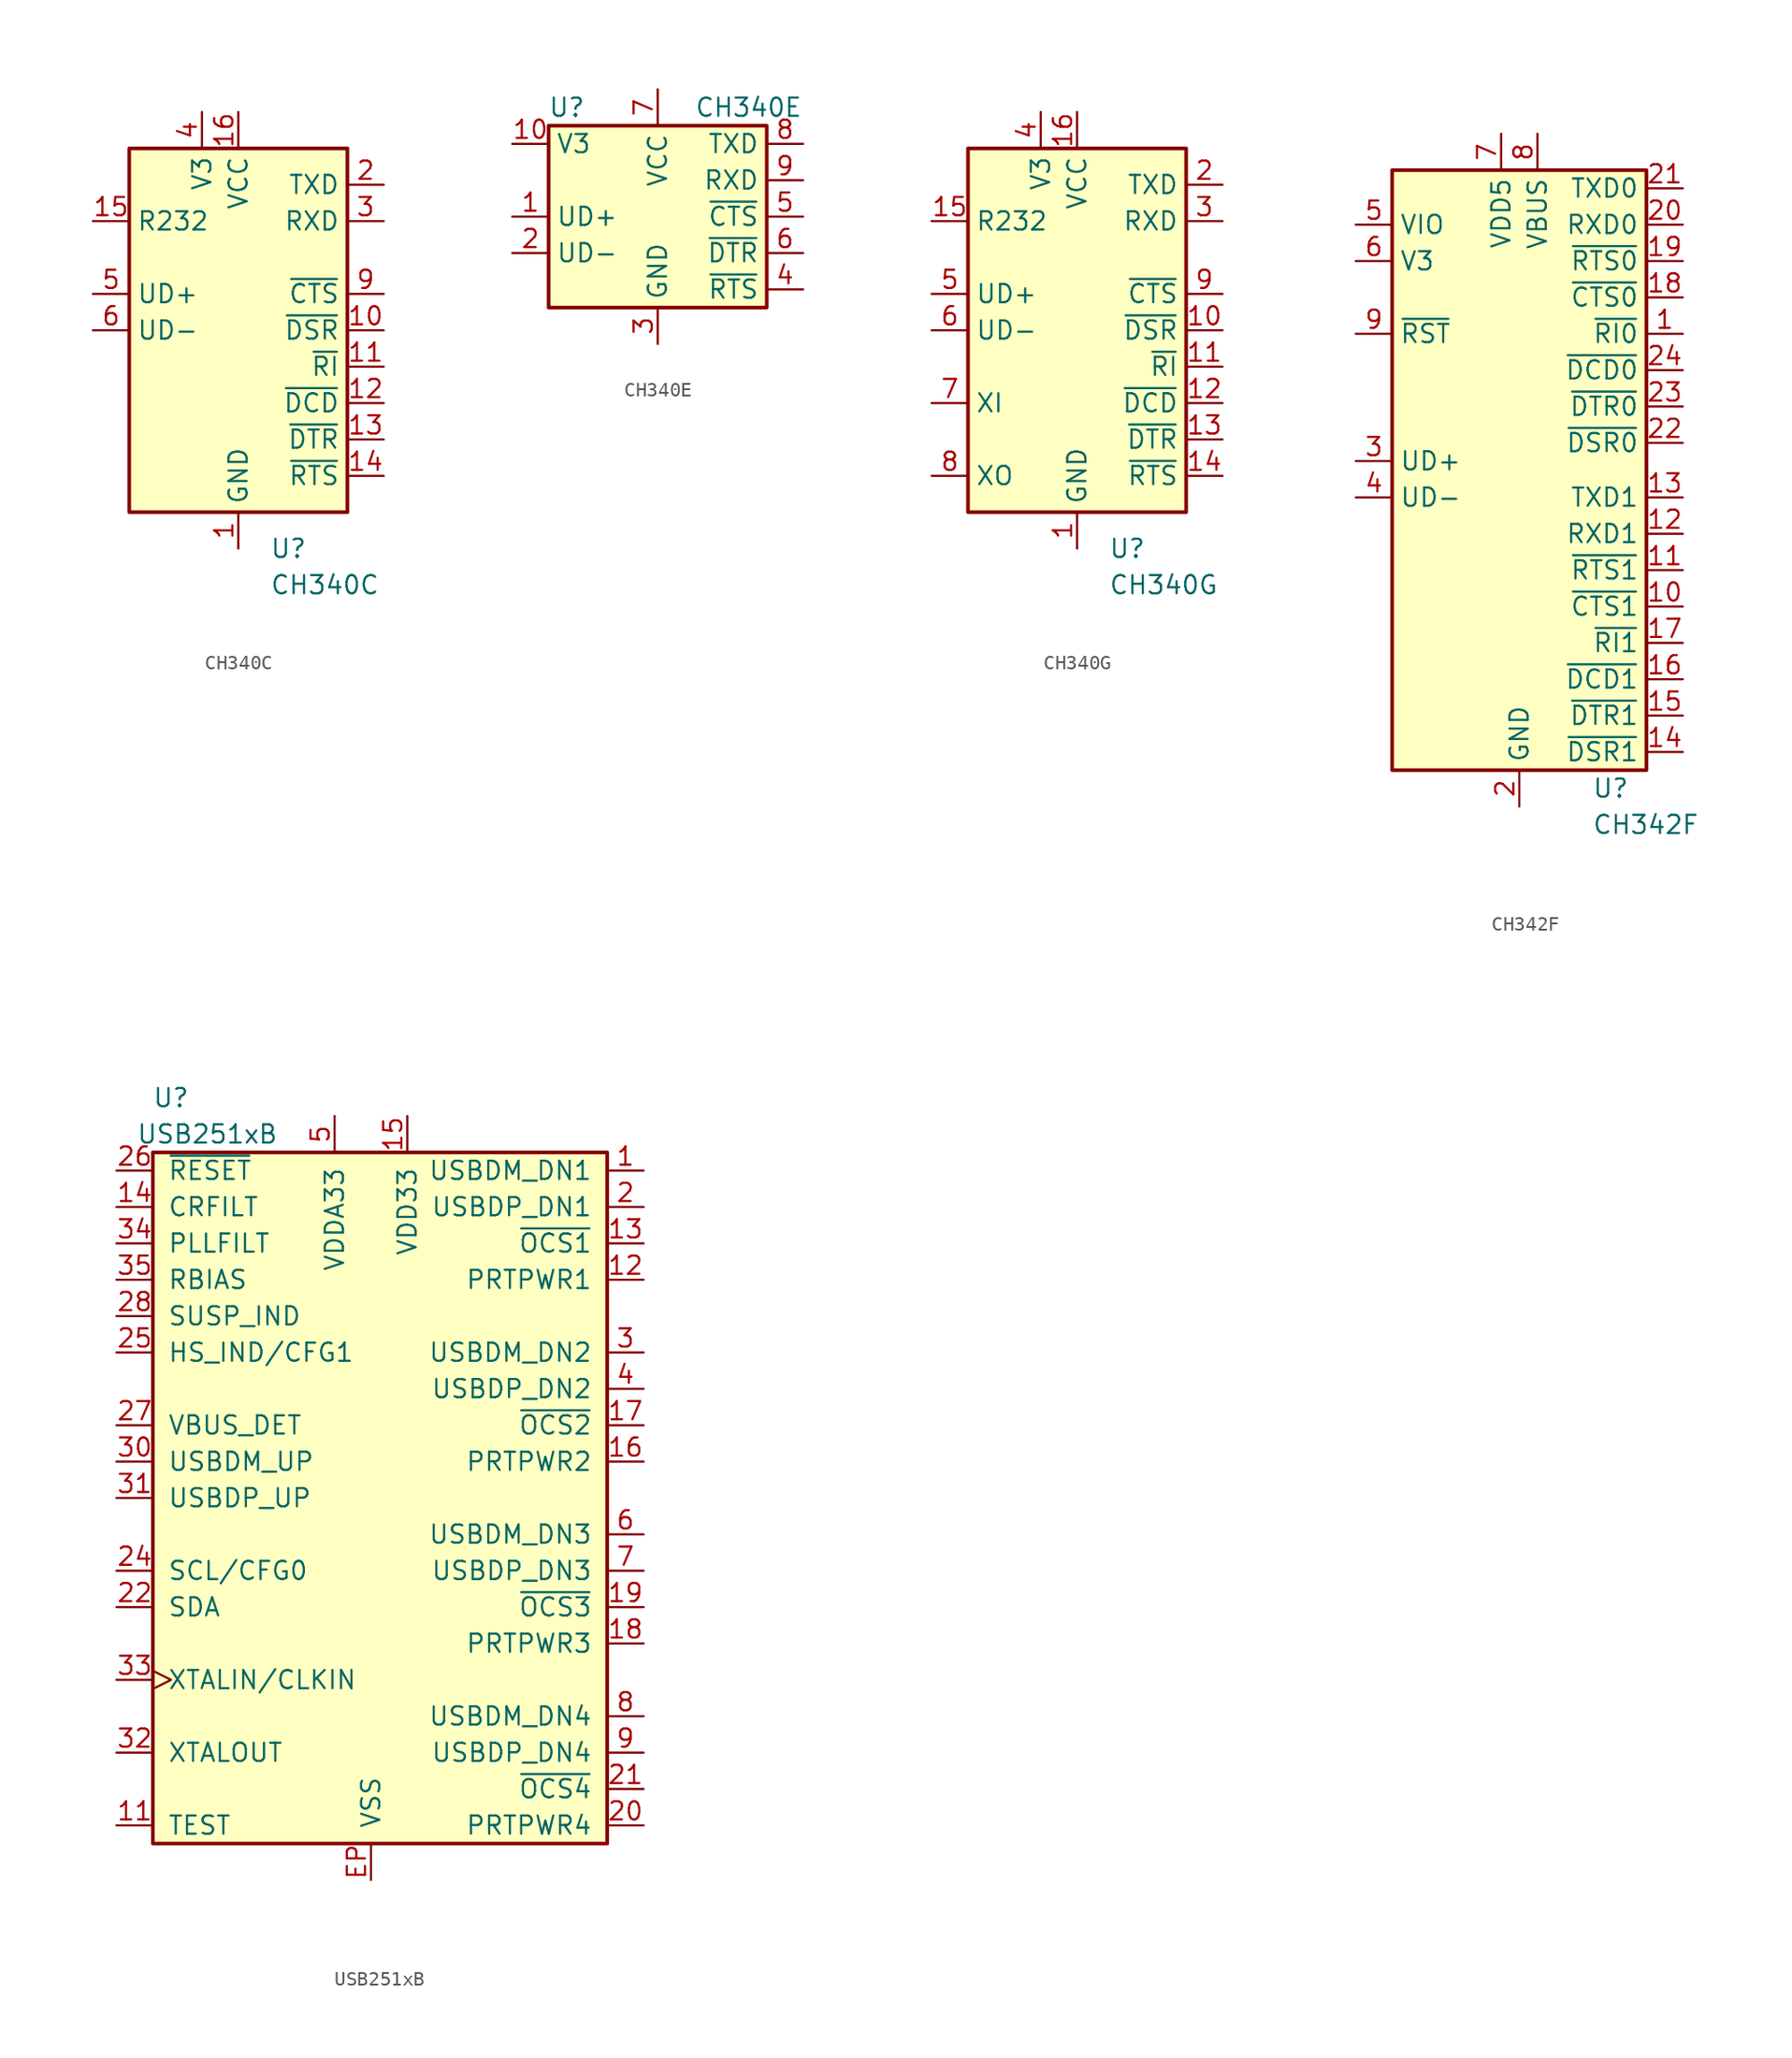
<source format=kicad_sym>
(kicad_symbol_lib
  (version 20241209)
  (generator "kicad_symbol_editor")
  (generator_version "9.0")
  (symbol "CH340C"
    (property "Reference" "U"
      (at 2.194 -15.24 0)
      (effects (font (size 1.27 1.27)) (justify left)))
    (property "Value" "CH340C"
      (at 2.194 -17.78 0)
      (effects (font (size 1.27 1.27)) (justify left)))
    (symbol "CH340C_0_1"
      (rectangle (start -7.62 12.7) (end 7.62 -12.7) (stroke (width 0.254) (type default)) (fill (type background))))
    (symbol "CH340C_1_1"
      (pin input line (at -10.16 7.62 0) (length 2.54) (name "R232" (effects (font (size 1.27 1.27)))) (number "15" (effects (font (size 1.27 1.27)))))
      (pin bidirectional line (at -10.16 2.54 0) (length 2.54) (name "UD+" (effects (font (size 1.27 1.27)))) (number "5" (effects (font (size 1.27 1.27)))))
      (pin bidirectional line (at -10.16 0 0) (length 2.54) (name "UD-" (effects (font (size 1.27 1.27)))) (number "6" (effects (font (size 1.27 1.27)))))
      (pin no_connect line (at -7.62 -7.62 0) (length 2.54) (hide yes) (name "NC" (effects (font (size 1.27 1.27)))) (number "7" (effects (font (size 1.27 1.27)))))
      (pin no_connect line (at -7.62 -10.16 0) (length 2.54) (hide yes) (name "NC" (effects (font (size 1.27 1.27)))) (number "8" (effects (font (size 1.27 1.27)))))
      (pin passive line (at -2.54 15.24 270) (length 2.54) (name "V3" (effects (font (size 1.27 1.27)))) (number "4" (effects (font (size 1.27 1.27)))))
      (pin power_in line (at 0 15.24 270) (length 2.54) (name "VCC" (effects (font (size 1.27 1.27)))) (number "16" (effects (font (size 1.27 1.27)))))
      (pin power_in line (at 0 -15.24 90) (length 2.54) (name "GND" (effects (font (size 1.27 1.27)))) (number "1" (effects (font (size 1.27 1.27)))))
      (pin output line (at 10.16 10.16 180) (length 2.54) (name "TXD" (effects (font (size 1.27 1.27)))) (number "2" (effects (font (size 1.27 1.27)))))
      (pin input line (at 10.16 7.62 180) (length 2.54) (name "RXD" (effects (font (size 1.27 1.27)))) (number "3" (effects (font (size 1.27 1.27)))))
      (pin input line (at 10.16 2.54 180) (length 2.54) (name "~{CTS}" (effects (font (size 1.27 1.27)))) (number "9" (effects (font (size 1.27 1.27)))))
      (pin input line (at 10.16 0 180) (length 2.54) (name "~{DSR}" (effects (font (size 1.27 1.27)))) (number "10" (effects (font (size 1.27 1.27)))))
      (pin input line (at 10.16 -2.54 180) (length 2.54) (name "~{RI}" (effects (font (size 1.27 1.27)))) (number "11" (effects (font (size 1.27 1.27)))))
      (pin input line (at 10.16 -5.08 180) (length 2.54) (name "~{DCD}" (effects (font (size 1.27 1.27)))) (number "12" (effects (font (size 1.27 1.27)))))
      (pin output line (at 10.16 -7.62 180) (length 2.54) (name "~{DTR}" (effects (font (size 1.27 1.27)))) (number "13" (effects (font (size 1.27 1.27)))))
      (pin output line (at 10.16 -10.16 180) (length 2.54) (name "~{RTS}" (effects (font (size 1.27 1.27)))) (number "14" (effects (font (size 1.27 1.27)))))))
  (symbol "CH340E"
    (property "Reference" "U"
      (at -6.35 7.62 0)
      (effects (font (size 1.27 1.27))))
    (property "Value" "CH340E"
      (at 6.35 7.62 0)
      (effects (font (size 1.27 1.27))))
    (symbol "CH340E_0_1"
      (rectangle (start -7.62 6.35) (end 7.62 -6.35) (stroke (width 0.254) (type default)) (fill (type background))))
    (symbol "CH340E_1_1"
      (pin power_out line (at -10.16 5.08 0) (length 2.54) (name "V3" (effects (font (size 1.27 1.27)))) (number "10" (effects (font (size 1.27 1.27)))))
      (pin bidirectional line (at -10.16 0 0) (length 2.54) (name "UD+" (effects (font (size 1.27 1.27)))) (number "1" (effects (font (size 1.27 1.27)))))
      (pin bidirectional line (at -10.16 -2.54 0) (length 2.54) (name "UD-" (effects (font (size 1.27 1.27)))) (number "2" (effects (font (size 1.27 1.27)))))
      (pin power_in line (at 0 8.89 270) (length 2.54) (name "VCC" (effects (font (size 1.27 1.27)))) (number "7" (effects (font (size 1.27 1.27)))))
      (pin power_in line (at 0 -8.89 90) (length 2.54) (name "GND" (effects (font (size 1.27 1.27)))) (number "3" (effects (font (size 1.27 1.27)))))
      (pin output line (at 10.16 5.08 180) (length 2.54) (name "TXD" (effects (font (size 1.27 1.27)))) (number "8" (effects (font (size 1.27 1.27)))))
      (pin input line (at 10.16 2.54 180) (length 2.54) (name "RXD" (effects (font (size 1.27 1.27)))) (number "9" (effects (font (size 1.27 1.27)))))
      (pin input line (at 10.16 0 180) (length 2.54) (name "~{CTS}" (effects (font (size 1.27 1.27)))) (number "5" (effects (font (size 1.27 1.27)))))
      (pin output line (at 10.16 -2.54 180) (length 2.54) (name "~{DTR}" (effects (font (size 1.27 1.27)))) (number "6" (effects (font (size 1.27 1.27)))))
      (pin output line (at 10.16 -5.08 180) (length 2.54) (name "~{RTS}" (effects (font (size 1.27 1.27)))) (number "4" (effects (font (size 1.27 1.27)))))))
  (symbol "CH340G"
    (property "Reference" "U"
      (at 2.194 -15.24 0)
      (effects (font (size 1.27 1.27)) (justify left)))
    (property "Value" "CH340G"
      (at 2.194 -17.78 0)
      (effects (font (size 1.27 1.27)) (justify left)))
    (symbol "CH340G_0_1"
      (rectangle (start -7.62 12.7) (end 7.62 -12.7) (stroke (width 0.254) (type default)) (fill (type background))))
    (symbol "CH340G_1_1"
      (pin input line (at -10.16 7.62 0) (length 2.54) (name "R232" (effects (font (size 1.27 1.27)))) (number "15" (effects (font (size 1.27 1.27)))))
      (pin bidirectional line (at -10.16 2.54 0) (length 2.54) (name "UD+" (effects (font (size 1.27 1.27)))) (number "5" (effects (font (size 1.27 1.27)))))
      (pin bidirectional line (at -10.16 0 0) (length 2.54) (name "UD-" (effects (font (size 1.27 1.27)))) (number "6" (effects (font (size 1.27 1.27)))))
      (pin input line (at -10.16 -5.08 0) (length 2.54) (name "XI" (effects (font (size 1.27 1.27)))) (number "7" (effects (font (size 1.27 1.27)))))
      (pin output line (at -10.16 -10.16 0) (length 2.54) (name "XO" (effects (font (size 1.27 1.27)))) (number "8" (effects (font (size 1.27 1.27)))))
      (pin passive line (at -2.54 15.24 270) (length 2.54) (name "V3" (effects (font (size 1.27 1.27)))) (number "4" (effects (font (size 1.27 1.27)))))
      (pin power_in line (at 0 15.24 270) (length 2.54) (name "VCC" (effects (font (size 1.27 1.27)))) (number "16" (effects (font (size 1.27 1.27)))))
      (pin power_in line (at 0 -15.24 90) (length 2.54) (name "GND" (effects (font (size 1.27 1.27)))) (number "1" (effects (font (size 1.27 1.27)))))
      (pin output line (at 10.16 10.16 180) (length 2.54) (name "TXD" (effects (font (size 1.27 1.27)))) (number "2" (effects (font (size 1.27 1.27)))))
      (pin input line (at 10.16 7.62 180) (length 2.54) (name "RXD" (effects (font (size 1.27 1.27)))) (number "3" (effects (font (size 1.27 1.27)))))
      (pin input line (at 10.16 2.54 180) (length 2.54) (name "~{CTS}" (effects (font (size 1.27 1.27)))) (number "9" (effects (font (size 1.27 1.27)))))
      (pin input line (at 10.16 0 180) (length 2.54) (name "~{DSR}" (effects (font (size 1.27 1.27)))) (number "10" (effects (font (size 1.27 1.27)))))
      (pin input line (at 10.16 -2.54 180) (length 2.54) (name "~{RI}" (effects (font (size 1.27 1.27)))) (number "11" (effects (font (size 1.27 1.27)))))
      (pin input line (at 10.16 -5.08 180) (length 2.54) (name "~{DCD}" (effects (font (size 1.27 1.27)))) (number "12" (effects (font (size 1.27 1.27)))))
      (pin output line (at 10.16 -7.62 180) (length 2.54) (name "~{DTR}" (effects (font (size 1.27 1.27)))) (number "13" (effects (font (size 1.27 1.27)))))
      (pin output line (at 10.16 -10.16 180) (length 2.54) (name "~{RTS}" (effects (font (size 1.27 1.27)))) (number "14" (effects (font (size 1.27 1.27)))))))
  (symbol "CH342F"
    (property "Reference" "U"
      (at 5.08 -21.59 0)
      (effects (font (size 1.27 1.27)) (justify left)))
    (property "Value" "CH342F"
      (at 5.08 -24.13 0)
      (effects (font (size 1.27 1.27)) (justify left)))
    (symbol "CH342F_0_1"
      (rectangle (start -8.89 21.59) (end 8.89 -20.32) (stroke (width 0.254) (type default)) (fill (type background))))
    (symbol "CH342F_1_1"
      (pin input line (at -11.43 17.78 0) (length 2.54) (name "VIO" (effects (font (size 1.27 1.27)))) (number "5" (effects (font (size 1.27 1.27)))))
      (pin power_out line (at -11.43 15.24 0) (length 2.54) (name "V3" (effects (font (size 1.27 1.27)))) (number "6" (effects (font (size 1.27 1.27)))))
      (pin input line (at -11.43 10.16 0) (length 2.54) (name "~{RST}" (effects (font (size 1.27 1.27)))) (number "9" (effects (font (size 1.27 1.27)))))
      (pin bidirectional line (at -11.43 1.27 0) (length 2.54) (name "UD+" (effects (font (size 1.27 1.27)))) (number "3" (effects (font (size 1.27 1.27)))))
      (pin bidirectional line (at -11.43 -1.27 0) (length 2.54) (name "UD-" (effects (font (size 1.27 1.27)))) (number "4" (effects (font (size 1.27 1.27)))))
      (pin power_in line (at -1.27 24.13 270) (length 2.54) (name "VDD5" (effects (font (size 1.27 1.27)))) (number "7" (effects (font (size 1.27 1.27)))))
      (pin power_in line (at 0 -22.86 90) (length 2.54) (name "GND" (effects (font (size 1.27 1.27)))) (number "2" (effects (font (size 1.27 1.27)))))
      (pin power_in line (at 0 -22.86 90) (length 2.54) (hide yes) (name "GND" (effects (font (size 1.27 1.27)))) (number "25" (effects (font (size 1.27 1.27)))))
      (pin power_in line (at 1.27 24.13 270) (length 2.54) (name "VBUS" (effects (font (size 1.27 1.27)))) (number "8" (effects (font (size 1.27 1.27)))))
      (pin output line (at 11.43 20.32 180) (length 2.54) (name "TXD0" (effects (font (size 1.27 1.27)))) (number "21" (effects (font (size 1.27 1.27)))))
      (pin input line (at 11.43 17.78 180) (length 2.54) (name "RXD0" (effects (font (size 1.27 1.27)))) (number "20" (effects (font (size 1.27 1.27)))))
      (pin output line (at 11.43 15.24 180) (length 2.54) (name "~{RTS0}" (effects (font (size 1.27 1.27)))) (number "19" (effects (font (size 1.27 1.27)))))
      (pin input line (at 11.43 12.7 180) (length 2.54) (name "~{CTS0}" (effects (font (size 1.27 1.27)))) (number "18" (effects (font (size 1.27 1.27)))))
      (pin input line (at 11.43 10.16 180) (length 2.54) (name "~{RI0}" (effects (font (size 1.27 1.27)))) (number "1" (effects (font (size 1.27 1.27)))))
      (pin input line (at 11.43 7.62 180) (length 2.54) (name "~{DCD0}" (effects (font (size 1.27 1.27)))) (number "24" (effects (font (size 1.27 1.27)))))
      (pin output line (at 11.43 5.08 180) (length 2.54) (name "~{DTR0}" (effects (font (size 1.27 1.27)))) (number "23" (effects (font (size 1.27 1.27)))))
      (pin input line (at 11.43 2.54 180) (length 2.54) (name "~{DSR0}" (effects (font (size 1.27 1.27)))) (number "22" (effects (font (size 1.27 1.27)))))
      (pin output line (at 11.43 -1.27 180) (length 2.54) (name "TXD1" (effects (font (size 1.27 1.27)))) (number "13" (effects (font (size 1.27 1.27)))))
      (pin input line (at 11.43 -3.81 180) (length 2.54) (name "RXD1" (effects (font (size 1.27 1.27)))) (number "12" (effects (font (size 1.27 1.27)))))
      (pin output line (at 11.43 -6.35 180) (length 2.54) (name "~{RTS1}" (effects (font (size 1.27 1.27)))) (number "11" (effects (font (size 1.27 1.27)))))
      (pin input line (at 11.43 -8.89 180) (length 2.54) (name "~{CTS1}" (effects (font (size 1.27 1.27)))) (number "10" (effects (font (size 1.27 1.27)))))
      (pin input line (at 11.43 -11.43 180) (length 2.54) (name "~{RI1}" (effects (font (size 1.27 1.27)))) (number "17" (effects (font (size 1.27 1.27)))))
      (pin input line (at 11.43 -13.97 180) (length 2.54) (name "~{DCD1}" (effects (font (size 1.27 1.27)))) (number "16" (effects (font (size 1.27 1.27)))))
      (pin output line (at 11.43 -16.51 180) (length 2.54) (name "~{DTR1}" (effects (font (size 1.27 1.27)))) (number "15" (effects (font (size 1.27 1.27)))))
      (pin input line (at 11.43 -19.05 180) (length 2.54) (name "~{DSR1}" (effects (font (size 1.27 1.27)))) (number "14" (effects (font (size 1.27 1.27)))))))
  (symbol "USB251xB"
    (pin_names
      (offset 1.016))
    (property "Reference" "U"
      (at -13.97 26.67 0)
      (effects (font (size 1.27 1.27))))
    (property "Value" "USB251xB"
      (at -11.43 24.13 0)
      (effects (font (size 1.27 1.27))))
    (symbol "USB251xB_0_1"
      (rectangle (start -15.24 22.86) (end 16.51 -25.4) (stroke (width 0.254) (type default)) (fill (type background))))
    (symbol "USB251xB_1_1"
      (pin input line (at -17.78 21.59 0) (length 2.54) (name "~{RESET}" (effects (font (size 1.27 1.27)))) (number "26" (effects (font (size 1.27 1.27)))))
      (pin input line (at -17.78 19.05 0) (length 2.54) (name "CRFILT" (effects (font (size 1.27 1.27)))) (number "14" (effects (font (size 1.27 1.27)))))
      (pin input line (at -17.78 16.51 0) (length 2.54) (name "PLLFILT" (effects (font (size 1.27 1.27)))) (number "34" (effects (font (size 1.27 1.27)))))
      (pin input line (at -17.78 13.97 0) (length 2.54) (name "RBIAS" (effects (font (size 1.27 1.27)))) (number "35" (effects (font (size 1.27 1.27)))))
      (pin bidirectional line (at -17.78 11.43 0) (length 2.54) (name "SUSP_IND" (effects (font (size 1.27 1.27)))) (number "28" (effects (font (size 1.27 1.27)))))
      (pin bidirectional line (at -17.78 8.89 0) (length 2.54) (name "HS_IND/CFG1" (effects (font (size 1.27 1.27)))) (number "25" (effects (font (size 1.27 1.27)))))
      (pin input line (at -17.78 3.81 0) (length 2.54) (name "VBUS_DET" (effects (font (size 1.27 1.27)))) (number "27" (effects (font (size 1.27 1.27)))))
      (pin bidirectional line (at -17.78 1.27 0) (length 2.54) (name "USBDM_UP" (effects (font (size 1.27 1.27)))) (number "30" (effects (font (size 1.27 1.27)))))
      (pin bidirectional line (at -17.78 -1.27 0) (length 2.54) (name "USBDP_UP" (effects (font (size 1.27 1.27)))) (number "31" (effects (font (size 1.27 1.27)))))
      (pin bidirectional line (at -17.78 -6.35 0) (length 2.54) (name "SCL/CFG0" (effects (font (size 1.27 1.27)))) (number "24" (effects (font (size 1.27 1.27)))))
      (pin bidirectional line (at -17.78 -8.89 0) (length 2.54) (name "SDA" (effects (font (size 1.27 1.27)))) (number "22" (effects (font (size 1.27 1.27)))))
      (pin input clock (at -17.78 -13.97 0) (length 2.54) (name "XTALIN/CLKIN" (effects (font (size 1.27 1.27)))) (number "33" (effects (font (size 1.27 1.27)))))
      (pin output line (at -17.78 -19.05 0) (length 2.54) (name "XTALOUT" (effects (font (size 1.27 1.27)))) (number "32" (effects (font (size 1.27 1.27)))))
      (pin input line (at -17.78 -24.13 0) (length 2.54) (name "TEST" (effects (font (size 1.27 1.27)))) (number "11" (effects (font (size 1.27 1.27)))))
      (pin power_in line (at -2.54 25.4 270) (length 2.54) (hide yes) (name "VDDA33" (effects (font (size 1.27 1.27)))) (number "10" (effects (font (size 1.27 1.27)))))
      (pin power_in line (at -2.54 25.4 270) (length 2.54) (hide yes) (name "VDDA33" (effects (font (size 1.27 1.27)))) (number "29" (effects (font (size 1.27 1.27)))))
      (pin power_in line (at -2.54 25.4 270) (length 2.54) (hide yes) (name "VDDA33" (effects (font (size 1.27 1.27)))) (number "36" (effects (font (size 1.27 1.27)))))
      (pin power_in line (at -2.54 25.4 270) (length 2.54) (name "VDDA33" (effects (font (size 1.27 1.27)))) (number "5" (effects (font (size 1.27 1.27)))))
      (pin power_in line (at 0 -27.94 90) (length 2.54) (name "VSS" (effects (font (size 1.27 1.27)))) (number "EP" (effects (font (size 1.27 1.27)))))
      (pin power_in line (at 2.54 25.4 270) (length 2.54) (name "VDD33" (effects (font (size 1.27 1.27)))) (number "15" (effects (font (size 1.27 1.27)))))
      (pin power_in line (at 2.54 25.4 270) (length 2.54) (hide yes) (name "VDD33" (effects (font (size 1.27 1.27)))) (number "23" (effects (font (size 1.27 1.27)))))
      (pin bidirectional line (at 19.05 21.59 180) (length 2.54) (name "USBDM_DN1" (effects (font (size 1.27 1.27)))) (number "1" (effects (font (size 1.27 1.27)))))
      (pin bidirectional line (at 19.05 19.05 180) (length 2.54) (name "USBDP_DN1" (effects (font (size 1.27 1.27)))) (number "2" (effects (font (size 1.27 1.27)))))
      (pin input line (at 19.05 16.51 180) (length 2.54) (name "~{OCS1}" (effects (font (size 1.27 1.27)))) (number "13" (effects (font (size 1.27 1.27)))))
      (pin bidirectional line (at 19.05 13.97 180) (length 2.54) (name "PRTPWR1" (effects (font (size 1.27 1.27)))) (number "12" (effects (font (size 1.27 1.27)))))
      (pin bidirectional line (at 19.05 8.89 180) (length 2.54) (name "USBDM_DN2" (effects (font (size 1.27 1.27)))) (number "3" (effects (font (size 1.27 1.27)))))
      (pin bidirectional line (at 19.05 6.35 180) (length 2.54) (name "USBDP_DN2" (effects (font (size 1.27 1.27)))) (number "4" (effects (font (size 1.27 1.27)))))
      (pin input line (at 19.05 3.81 180) (length 2.54) (name "~{OCS2}" (effects (font (size 1.27 1.27)))) (number "17" (effects (font (size 1.27 1.27)))))
      (pin bidirectional line (at 19.05 1.27 180) (length 2.54) (name "PRTPWR2" (effects (font (size 1.27 1.27)))) (number "16" (effects (font (size 1.27 1.27)))))
      (pin bidirectional line (at 19.05 -3.81 180) (length 2.54) (name "USBDM_DN3" (effects (font (size 1.27 1.27)))) (number "6" (effects (font (size 1.27 1.27)))))
      (pin bidirectional line (at 19.05 -6.35 180) (length 2.54) (name "USBDP_DN3" (effects (font (size 1.27 1.27)))) (number "7" (effects (font (size 1.27 1.27)))))
      (pin input line (at 19.05 -8.89 180) (length 2.54) (name "~{OCS3}" (effects (font (size 1.27 1.27)))) (number "19" (effects (font (size 1.27 1.27)))))
      (pin bidirectional line (at 19.05 -11.43 180) (length 2.54) (name "PRTPWR3" (effects (font (size 1.27 1.27)))) (number "18" (effects (font (size 1.27 1.27)))))
      (pin bidirectional line (at 19.05 -16.51 180) (length 2.54) (name "USBDM_DN4" (effects (font (size 1.27 1.27)))) (number "8" (effects (font (size 1.27 1.27)))))
      (pin bidirectional line (at 19.05 -19.05 180) (length 2.54) (name "USBDP_DN4" (effects (font (size 1.27 1.27)))) (number "9" (effects (font (size 1.27 1.27)))))
      (pin input line (at 19.05 -21.59 180) (length 2.54) (name "~{OCS4}" (effects (font (size 1.27 1.27)))) (number "21" (effects (font (size 1.27 1.27)))))
      (pin bidirectional line (at 19.05 -24.13 180) (length 2.54) (name "PRTPWR4" (effects (font (size 1.27 1.27)))) (number "20" (effects (font (size 1.27 1.27))))))))
</source>
